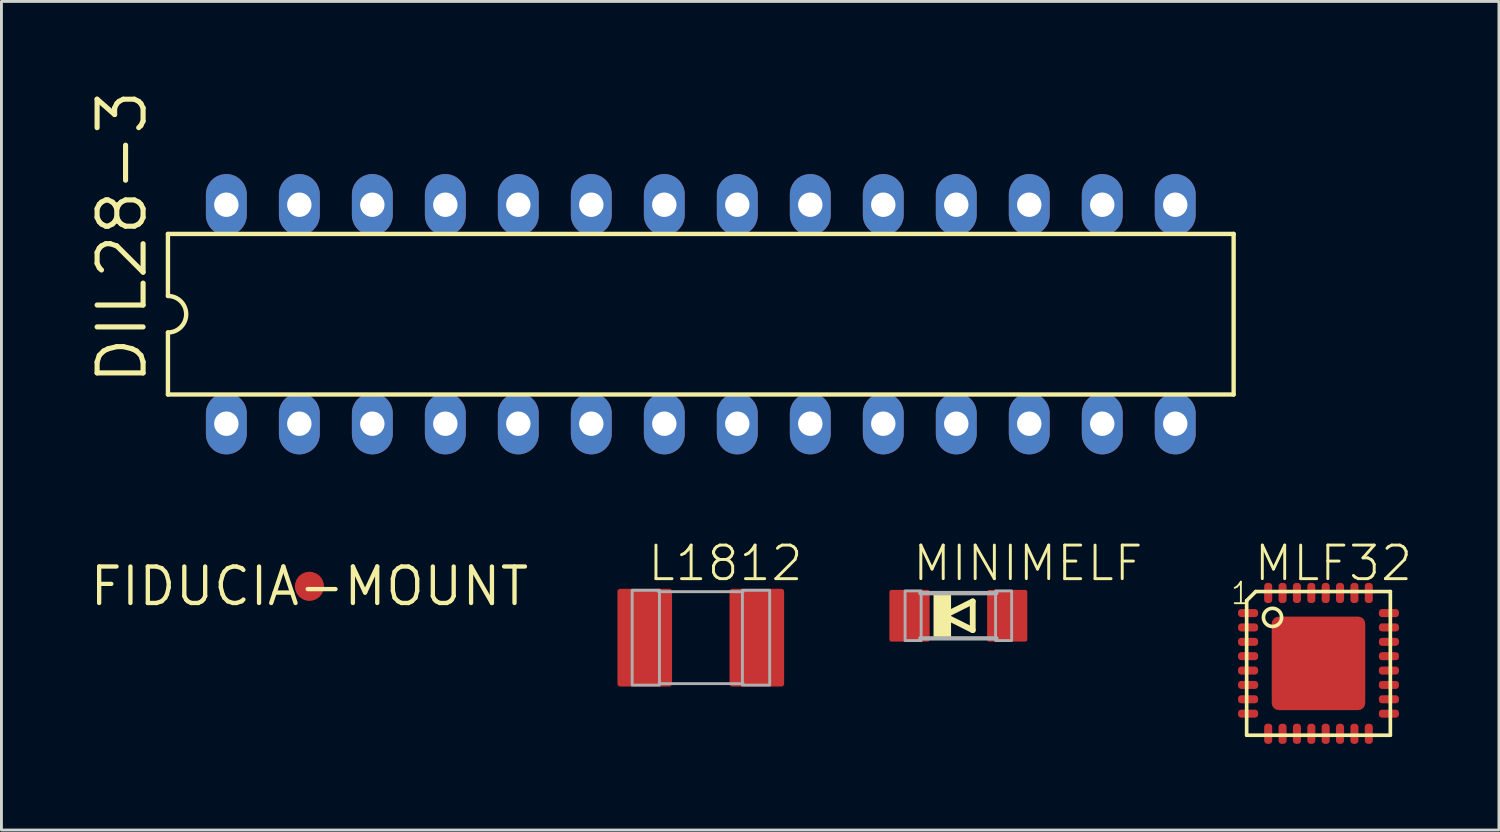
<source format=kicad_pcb>
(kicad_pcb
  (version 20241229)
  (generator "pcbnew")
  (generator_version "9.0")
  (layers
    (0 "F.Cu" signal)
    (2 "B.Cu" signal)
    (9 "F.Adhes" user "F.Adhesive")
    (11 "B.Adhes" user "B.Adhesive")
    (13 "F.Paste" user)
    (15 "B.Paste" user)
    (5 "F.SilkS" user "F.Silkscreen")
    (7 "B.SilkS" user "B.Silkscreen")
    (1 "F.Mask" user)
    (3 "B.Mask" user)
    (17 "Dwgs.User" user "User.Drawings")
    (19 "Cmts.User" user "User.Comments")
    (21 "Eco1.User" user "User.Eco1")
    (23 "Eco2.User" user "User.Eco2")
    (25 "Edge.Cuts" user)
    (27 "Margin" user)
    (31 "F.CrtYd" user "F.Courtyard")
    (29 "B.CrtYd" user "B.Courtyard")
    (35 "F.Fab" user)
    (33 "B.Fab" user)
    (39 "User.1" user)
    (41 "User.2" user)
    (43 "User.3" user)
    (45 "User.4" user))
  (footprint "DIL28-3"
    (layer "F.Cu")
    (at 21.336 7.884)
    (property "Reference" "DIL28-3" (at -19.202 2.54 90) (layer "F.SilkS") (effects (font (size 1.6 1.6) (thickness 0.178)) (justify left bottom)))
    (fp_line (start -18.542 -2.794) (end -18.542 -0.635) (stroke (width 0.152) (type solid)) (layer "F.SilkS"))
    (fp_line (start -18.542 -2.794) (end 18.542 -2.794) (stroke (width 0.152) (type solid)) (layer "F.SilkS"))
    (fp_line (start -18.542 0.635) (end -18.542 2.794) (stroke (width 0.152) (type solid)) (layer "F.SilkS"))
    (fp_line (start -18.542 2.794) (end 18.542 2.794) (stroke (width 0.152) (type solid)) (layer "F.SilkS"))
    (fp_line (start 18.542 -2.794) (end 18.542 2.794) (stroke (width 0.152) (type solid)) (layer "F.SilkS"))
    (fp_arc (start -18.542 -0.635) (mid -17.907 0) (end -18.542 0.635) (stroke (width 0.1524) (type solid)) (layer "F.SilkS"))
    (pad "1" thru_hole oval (at -16.51 3.81 90) (size 2.134 1.422) (drill 0.85) (layers "*.Cu" "*.Mask"))
    (pad "2" thru_hole oval (at -13.97 3.81 90) (size 2.134 1.422) (drill 0.85) (layers "*.Cu" "*.Mask"))
    (pad "3" thru_hole oval (at -11.43 3.81 90) (size 2.134 1.422) (drill 0.85) (layers "*.Cu" "*.Mask"))
    (pad "4" thru_hole oval (at -8.89 3.81 90) (size 2.134 1.422) (drill 0.85) (layers "*.Cu" "*.Mask"))
    (pad "5" thru_hole oval (at -6.35 3.81 90) (size 2.134 1.422) (drill 0.85) (layers "*.Cu" "*.Mask"))
    (pad "6" thru_hole oval (at -3.81 3.81 90) (size 2.134 1.422) (drill 0.85) (layers "*.Cu" "*.Mask"))
    (pad "7" thru_hole oval (at -1.27 3.81 90) (size 2.134 1.422) (drill 0.85) (layers "*.Cu" "*.Mask"))
    (pad "8" thru_hole oval (at 1.27 3.81 90) (size 2.134 1.422) (drill 0.85) (layers "*.Cu" "*.Mask"))
    (pad "9" thru_hole oval (at 3.81 3.81 90) (size 2.134 1.422) (drill 0.85) (layers "*.Cu" "*.Mask"))
    (pad "10" thru_hole oval (at 6.35 3.81 90) (size 2.134 1.422) (drill 0.85) (layers "*.Cu" "*.Mask"))
    (pad "11" thru_hole oval (at 8.89 3.81 90) (size 2.134 1.422) (drill 0.85) (layers "*.Cu" "*.Mask"))
    (pad "12" thru_hole oval (at 11.43 3.81 90) (size 2.134 1.422) (drill 0.85) (layers "*.Cu" "*.Mask"))
    (pad "13" thru_hole oval (at 13.97 3.81 90) (size 2.134 1.422) (drill 0.85) (layers "*.Cu" "*.Mask"))
    (pad "14" thru_hole oval (at 16.51 3.81 90) (size 2.134 1.422) (drill 0.85) (layers "*.Cu" "*.Mask"))
    (pad "15" thru_hole oval (at 16.51 -3.81 90) (size 2.134 1.422) (drill 0.85) (layers "*.Cu" "*.Mask"))
    (pad "16" thru_hole oval (at 13.97 -3.81 90) (size 2.134 1.422) (drill 0.85) (layers "*.Cu" "*.Mask"))
    (pad "17" thru_hole oval (at 11.43 -3.81 90) (size 2.134 1.422) (drill 0.85) (layers "*.Cu" "*.Mask"))
    (pad "18" thru_hole oval (at 8.89 -3.81 90) (size 2.134 1.422) (drill 0.85) (layers "*.Cu" "*.Mask"))
    (pad "19" thru_hole oval (at 6.35 -3.81 90) (size 2.134 1.422) (drill 0.85) (layers "*.Cu" "*.Mask"))
    (pad "20" thru_hole oval (at 3.81 -3.81 90) (size 2.134 1.422) (drill 0.85) (layers "*.Cu" "*.Mask"))
    (pad "21" thru_hole oval (at 1.27 -3.81 90) (size 2.134 1.422) (drill 0.85) (layers "*.Cu" "*.Mask"))
    (pad "22" thru_hole oval (at -1.27 -3.81 90) (size 2.134 1.422) (drill 0.85) (layers "*.Cu" "*.Mask"))
    (pad "23" thru_hole oval (at -3.81 -3.81 90) (size 2.134 1.422) (drill 0.85) (layers "*.Cu" "*.Mask"))
    (pad "24" thru_hole oval (at -6.35 -3.81 90) (size 2.134 1.422) (drill 0.85) (layers "*.Cu" "*.Mask"))
    (pad "25" thru_hole oval (at -8.89 -3.81 90) (size 2.134 1.422) (drill 0.85) (layers "*.Cu" "*.Mask"))
    (pad "26" thru_hole oval (at -11.43 -3.81 90) (size 2.134 1.422) (drill 0.85) (layers "*.Cu" "*.Mask"))
    (pad "27" thru_hole oval (at -13.97 -3.81 90) (size 2.134 1.422) (drill 0.85) (layers "*.Cu" "*.Mask"))
    (pad "28" thru_hole oval (at -16.51 -3.81 90) (size 2.134 1.422) (drill 0.85) (layers "*.Cu" "*.Mask")))
  (footprint "MINIMELF"
    (layer "F.Cu")
    (at 30.299 18.377)
    (property "Reference" "MINIMELF" (at -1.651 -1.143 0) (layer "F.SilkS") (effects (font (size 1.168 1.168) (thickness 0.102)) (justify left bottom)))
    (fp_line (start -0.5 0) (end 0.5 0.5) (stroke (width 0.203) (type solid)) (layer "F.SilkS"))
    (fp_line (start 0.5 -0.5) (end -0.5 0) (stroke (width 0.203) (type solid)) (layer "F.SilkS"))
    (fp_line (start 0.5 0.5) (end 0.5 -0.5) (stroke (width 0.203) (type solid)) (layer "F.SilkS"))
    (fp_poly (pts (xy -0.864 0.787) (xy -0.254 0.787) (xy -0.254 -0.787) (xy -0.864 -0.787)) (stroke (width 0) (type solid)) (fill yes) (layer "F.SilkS"))
    (fp_line (start 1.321 -0.787) (end -1.321 -0.787) (stroke (width 0.152) (type solid)) (layer "F.Fab"))
    (fp_line (start 1.321 0.787) (end -1.321 0.787) (stroke (width 0.152) (type solid)) (layer "F.Fab"))
    (fp_poly (pts (xy -1.854 0.864) (xy -1.295 0.864) (xy -1.295 -0.864) (xy -1.854 -0.864)) (stroke (width 0.1) (type solid)) (fill no) (layer "F.Fab"))
    (fp_poly (pts (xy 1.295 0.864) (xy 1.854 0.864) (xy 1.854 -0.864) (xy 1.295 -0.864)) (stroke (width 0.1) (type solid)) (fill no) (layer "F.Fab"))
    (pad "A" smd roundrect (at 1.7 0) (size 1.4 1.8) (layers "F.Cu" "F.Mask" "F.Paste") (roundrect_rratio 0.05))
    (pad "C" smd roundrect (at -1.7 0) (size 1.4 1.8) (layers "F.Cu" "F.Mask" "F.Paste") (roundrect_rratio 0.05)))
  (footprint "FIDUCIA-MOUNT"
    (layer "F.Cu")
    (at 7.718 17.353)
    (property "Reference" "FIDUCIA-MOUNT" (at 0 0 0) (layer "F.SilkS") (effects (font (size 1.27 1.27) (thickness 0.15))))
    (fp_circle (center 0 0) (end 0.5 0) (stroke (width 2.184) (type solid)) (fill no) (layer "F.Mask"))
    (pad "P$1" smd roundrect (at 0 0) (size 1.016 1.016) (layers "F.Cu" "F.Mask" "F.Paste") (roundrect_rratio 0.5))
    (zone (net_name "") (layer "F.Cu") (hatch edge 0.508) (connect_pads) (min_thickness 0.254) (filled_areas_thickness no) (keepout (tracks not_allowed) (vias not_allowed) (pads not_allowed) (copperpour not_allowed) (footprints allowed)) (placement (enabled no)) (fill) (polygon (pts (xy 9.281 17.353) (xy 9.258 17.082) (xy 9.187 16.818) (xy 9.072 16.571) (xy 8.916 16.348) (xy 8.723 16.155) (xy 8.5 15.999) (xy 8.253 15.884) (xy 7.989 15.813) (xy 7.718 15.79) (xy 7.447 15.813) (xy 7.183 15.884) (xy 6.936 15.999) (xy 6.713 16.155) (xy 6.52 16.348) (xy 6.364 16.571) (xy 6.249 16.818) (xy 6.178 17.082) (xy 6.154 17.353) (xy 6.178 17.625) (xy 6.249 17.888) (xy 6.364 18.135) (xy 6.52 18.358) (xy 6.713 18.551) (xy 6.936 18.707) (xy 7.183 18.822) (xy 7.447 18.893) (xy 7.718 18.917) (xy 7.989 18.893) (xy 8.253 18.822) (xy 8.5 18.707) (xy 8.723 18.551) (xy 8.916 18.358) (xy 9.072 18.135) (xy 9.187 17.888) (xy 9.258 17.625))) (polygon (pts (xy 9.154 17.353) (xy 9.133 17.104) (xy 9.068 16.862) (xy 8.962 16.635) (xy 8.818 16.43) (xy 8.641 16.253) (xy 8.436 16.109) (xy 8.209 16.003) (xy 7.967 15.938) (xy 7.718 15.917) (xy 7.469 15.938) (xy 7.227 16.003) (xy 7 16.109) (xy 6.795 16.253) (xy 6.618 16.43) (xy 6.474 16.635) (xy 6.368 16.862) (xy 6.303 17.104) (xy 6.281 17.353) (xy 6.303 17.603) (xy 6.368 17.844) (xy 6.474 18.071) (xy 6.618 18.277) (xy 6.795 18.454) (xy 7 18.597) (xy 7.227 18.703) (xy 7.469 18.768) (xy 7.718 18.79) (xy 7.967 18.768) (xy 8.209 18.703) (xy 8.436 18.597) (xy 8.641 18.454) (xy 8.818 18.277) (xy 8.962 18.071) (xy 9.068 17.844) (xy 9.133 17.603)))))
  (footprint "MLF32"
    (layer "F.Cu")
    (at 42.831 20.034)
    (property "Reference" "MLF32" (at -2.3 -2.8 0) (layer "F.SilkS") (effects (font (size 1.168 1.168) (thickness 0.102)) (justify left bottom)))
    (fp_poly (pts (xy 0.232 -1.313) (xy 0.456 -1.253) (xy 0.667 -1.155) (xy 0.857 -1.022) (xy 1.022 -0.857) (xy 1.155 -0.667) (xy 1.254 -0.454) (xy 1.334 -0.003) (xy 1.313 0.232) (xy 1.253 0.456) (xy 1.155 0.667) (xy 1.022 0.857) (xy 0.857 1.022) (xy 0.667 1.155) (xy 0.456 1.253) (xy 0.232 1.313) (xy 0 1.334) (xy -0.232 1.313) (xy -0.456 1.253) (xy -0.667 1.155) (xy -0.857 1.022) (xy -1.022 0.857) (xy -1.155 0.667) (xy -1.253 0.456) (xy -1.313 0.232) (xy -1.334 0) (xy -1.313 -0.232) (xy -1.253 -0.456) (xy -1.155 -0.667) (xy -1.022 -0.857) (xy -0.857 -1.022) (xy -0.667 -1.155) (xy -0.456 -1.253) (xy -0.232 -1.313) (xy 0 -1.334)) (stroke (width 0) (type solid)) (fill yes) (layer "F.Mask"))
    (fp_line (start -2.5 -2.183) (end -2.5 2.5) (stroke (width 0.127) (type solid)) (layer "F.SilkS"))
    (fp_line (start -2.5 2.5) (end 2.5 2.5) (stroke (width 0.127) (type solid)) (layer "F.SilkS"))
    (fp_line (start -2.183 -2.5) (end -2.5 -2.183) (stroke (width 0.127) (type solid)) (layer "F.SilkS"))
    (fp_line (start 2.5 -2.5) (end -2.183 -2.5) (stroke (width 0.127) (type solid)) (layer "F.SilkS"))
    (fp_line (start 2.5 2.5) (end 2.5 -2.5) (stroke (width 0.127) (type solid)) (layer "F.SilkS"))
    (fp_circle (center -1.6 -1.6) (end -1.284 -1.6) (stroke (width 0.127) (type solid)) (fill no) (layer "F.SilkS"))
    (fp_poly (pts (xy -0.635 0.635) (xy 0.635 0.635) (xy 0.635 -0.635) (xy -0.635 -0.635)) (stroke (width 0) (type solid)) (fill yes) (layer "F.Paste"))
    (fp_text user "1" (at -3.1 -2 0) (layer "F.SilkS") (effects (font (size 0.748 0.748) (thickness 0.065)) (justify left bottom)))
    (pad "1" smd roundrect (at -2.45 -1.75 90) (size 0.28 0.7) (layers "F.Cu" "F.Mask" "F.Paste") (roundrect_rratio 0.4))
    (pad "2" smd roundrect (at -2.45 -1.25 90) (size 0.28 0.7) (layers "F.Cu" "F.Mask" "F.Paste") (roundrect_rratio 0.4))
    (pad "3" smd roundrect (at -2.45 -0.75 90) (size 0.28 0.7) (layers "F.Cu" "F.Mask" "F.Paste") (roundrect_rratio 0.4))
    (pad "4" smd roundrect (at -2.45 -0.25 90) (size 0.28 0.7) (layers "F.Cu" "F.Mask" "F.Paste") (roundrect_rratio 0.4))
    (pad "5" smd roundrect (at -2.45 0.25 90) (size 0.28 0.7) (layers "F.Cu" "F.Mask" "F.Paste") (roundrect_rratio 0.4))
    (pad "6" smd roundrect (at -2.45 0.75 90) (size 0.28 0.7) (layers "F.Cu" "F.Mask" "F.Paste") (roundrect_rratio 0.4))
    (pad "7" smd roundrect (at -2.45 1.25 90) (size 0.28 0.7) (layers "F.Cu" "F.Mask" "F.Paste") (roundrect_rratio 0.4))
    (pad "8" smd roundrect (at -2.45 1.75 90) (size 0.28 0.7) (layers "F.Cu" "F.Mask" "F.Paste") (roundrect_rratio 0.4))
    (pad "9" smd roundrect (at -1.75 2.45 180) (size 0.28 0.7) (layers "F.Cu" "F.Mask" "F.Paste") (roundrect_rratio 0.4))
    (pad "10" smd roundrect (at -1.25 2.45 180) (size 0.28 0.7) (layers "F.Cu" "F.Mask" "F.Paste") (roundrect_rratio 0.4))
    (pad "11" smd roundrect (at -0.75 2.45 180) (size 0.28 0.7) (layers "F.Cu" "F.Mask" "F.Paste") (roundrect_rratio 0.4))
    (pad "12" smd roundrect (at -0.25 2.45 180) (size 0.28 0.7) (layers "F.Cu" "F.Mask" "F.Paste") (roundrect_rratio 0.4))
    (pad "13" smd roundrect (at 0.25 2.45 180) (size 0.28 0.7) (layers "F.Cu" "F.Mask" "F.Paste") (roundrect_rratio 0.4))
    (pad "14" smd roundrect (at 0.75 2.45 180) (size 0.28 0.7) (layers "F.Cu" "F.Mask" "F.Paste") (roundrect_rratio 0.4))
    (pad "15" smd roundrect (at 1.25 2.45 180) (size 0.28 0.7) (layers "F.Cu" "F.Mask" "F.Paste") (roundrect_rratio 0.4))
    (pad "16" smd roundrect (at 1.75 2.45 180) (size 0.28 0.7) (layers "F.Cu" "F.Mask" "F.Paste") (roundrect_rratio 0.4))
    (pad "17" smd roundrect (at 2.45 1.75 90) (size 0.28 0.7) (layers "F.Cu" "F.Mask" "F.Paste") (roundrect_rratio 0.4))
    (pad "18" smd roundrect (at 2.45 1.25 90) (size 0.28 0.7) (layers "F.Cu" "F.Mask" "F.Paste") (roundrect_rratio 0.4))
    (pad "19" smd roundrect (at 2.45 0.75 90) (size 0.28 0.7) (layers "F.Cu" "F.Mask" "F.Paste") (roundrect_rratio 0.4))
    (pad "20" smd roundrect (at 2.45 0.25 90) (size 0.28 0.7) (layers "F.Cu" "F.Mask" "F.Paste") (roundrect_rratio 0.4))
    (pad "21" smd roundrect (at 2.45 -0.25 90) (size 0.28 0.7) (layers "F.Cu" "F.Mask" "F.Paste") (roundrect_rratio 0.4))
    (pad "22" smd roundrect (at 2.45 -0.75 90) (size 0.28 0.7) (layers "F.Cu" "F.Mask" "F.Paste") (roundrect_rratio 0.4))
    (pad "23" smd roundrect (at 2.45 -1.25 90) (size 0.28 0.7) (layers "F.Cu" "F.Mask" "F.Paste") (roundrect_rratio 0.4))
    (pad "24" smd roundrect (at 2.45 -1.75 90) (size 0.28 0.7) (layers "F.Cu" "F.Mask" "F.Paste") (roundrect_rratio 0.4))
    (pad "25" smd roundrect (at 1.75 -2.45 180) (size 0.28 0.7) (layers "F.Cu" "F.Mask" "F.Paste") (roundrect_rratio 0.4))
    (pad "26" smd roundrect (at 1.25 -2.45 180) (size 0.28 0.7) (layers "F.Cu" "F.Mask" "F.Paste") (roundrect_rratio 0.4))
    (pad "27" smd roundrect (at 0.75 -2.45 180) (size 0.28 0.7) (layers "F.Cu" "F.Mask" "F.Paste") (roundrect_rratio 0.4))
    (pad "28" smd roundrect (at 0.25 -2.45 180) (size 0.28 0.7) (layers "F.Cu" "F.Mask" "F.Paste") (roundrect_rratio 0.4))
    (pad "29" smd roundrect (at -0.25 -2.45 180) (size 0.28 0.7) (layers "F.Cu" "F.Mask" "F.Paste") (roundrect_rratio 0.4))
    (pad "30" smd roundrect (at -0.75 -2.45 180) (size 0.28 0.7) (layers "F.Cu" "F.Mask" "F.Paste") (roundrect_rratio 0.4))
    (pad "31" smd roundrect (at -1.25 -2.45 180) (size 0.28 0.7) (layers "F.Cu" "F.Mask" "F.Paste") (roundrect_rratio 0.4))
    (pad "32" smd roundrect (at -1.75 -2.45 180) (size 0.28 0.7) (layers "F.Cu" "F.Mask" "F.Paste") (roundrect_rratio 0.4))
    (pad "33" smd roundrect (at 0 0 180) (size 3.254 3.254) (layers "F.Cu") (roundrect_rratio 0.075)))
  (footprint "L1812"
    (layer "F.Cu")
    (at 21.336 19.139)
    (property "Reference" "L1812" (at -1.905 -1.905 0) (layer "F.SilkS") (effects (font (size 1.168 1.168) (thickness 0.102)) (justify left bottom)))
    (fp_line (start -1.473 -1.6) (end 1.473 -1.6) (stroke (width 0.102) (type solid)) (layer "F.Fab"))
    (fp_line (start -1.448 1.6) (end 1.473 1.6) (stroke (width 0.102) (type solid)) (layer "F.Fab"))
    (fp_poly (pts (xy -2.388 1.651) (xy -1.438 1.651) (xy -1.438 -1.649) (xy -2.388 -1.649)) (stroke (width 0.1) (type solid)) (fill no) (layer "F.Fab"))
    (fp_poly (pts (xy 1.448 1.651) (xy 2.398 1.651) (xy 2.398 -1.649) (xy 1.448 -1.649)) (stroke (width 0.1) (type solid)) (fill no) (layer "F.Fab"))
    (pad "1" smd roundrect (at -1.95 0) (size 1.9 3.4) (layers "F.Cu" "F.Mask" "F.Paste") (roundrect_rratio 0.05))
    (pad "2" smd roundrect (at 1.95 0) (size 1.9 3.4) (layers "F.Cu" "F.Mask" "F.Paste") (roundrect_rratio 0.05)))
  (gr_rect
    (start -3 -3)
    (end 49.11 25.834)
    (stroke (width 0.1) (type default))
    (fill no)
    (layer "Edge.Cuts")))
</source>
